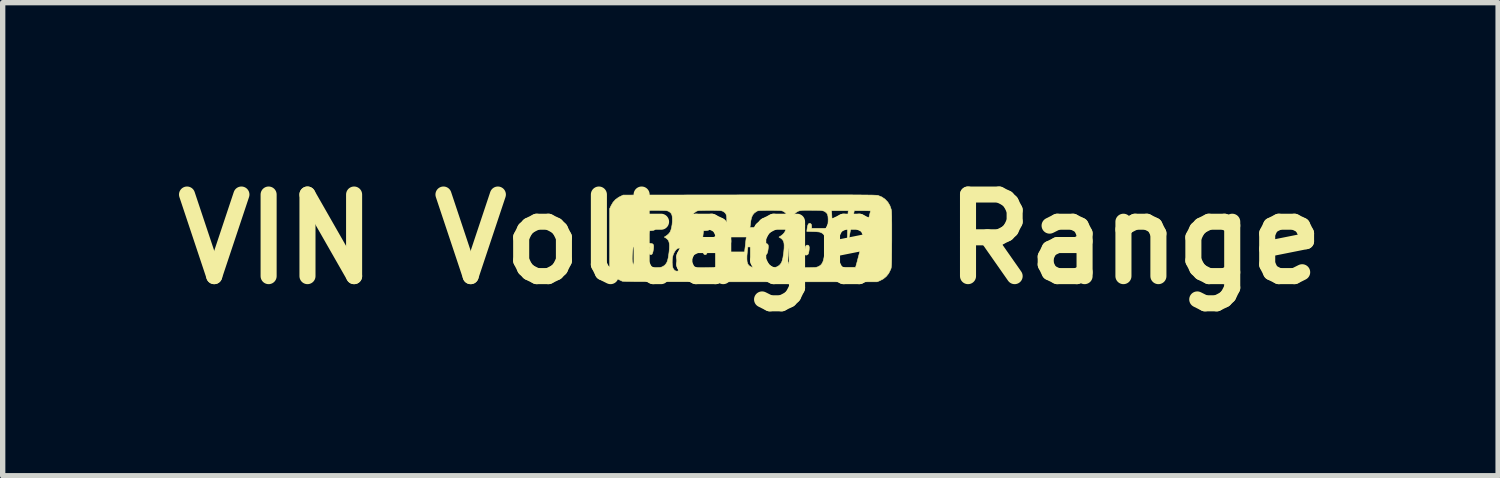
<source format=kicad_pcb>
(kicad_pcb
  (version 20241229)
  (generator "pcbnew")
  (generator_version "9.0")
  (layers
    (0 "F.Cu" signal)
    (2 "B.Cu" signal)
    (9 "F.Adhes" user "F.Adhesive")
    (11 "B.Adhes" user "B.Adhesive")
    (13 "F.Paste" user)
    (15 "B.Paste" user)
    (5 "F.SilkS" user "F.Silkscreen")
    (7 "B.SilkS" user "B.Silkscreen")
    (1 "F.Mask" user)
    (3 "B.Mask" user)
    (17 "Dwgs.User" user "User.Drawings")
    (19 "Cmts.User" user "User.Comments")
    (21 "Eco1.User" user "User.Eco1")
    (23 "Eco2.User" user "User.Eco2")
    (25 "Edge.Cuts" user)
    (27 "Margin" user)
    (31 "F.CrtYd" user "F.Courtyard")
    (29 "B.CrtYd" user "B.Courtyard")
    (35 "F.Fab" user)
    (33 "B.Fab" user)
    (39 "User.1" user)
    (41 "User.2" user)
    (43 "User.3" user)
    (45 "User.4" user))
  (footprint "VIN Voltage Range"
    (layer "F.Cu")
    (at 10.966 1.418)
    (property "Reference" "VIN Voltage Range" (at 0 0 0) (layer "F.SilkS") (effects (font (size 1.524 1.524) (thickness 0.3))))
    (attr through_hole)
    (fp_poly (pts (xy 1.081 0.113) (xy 1.093 0.125) (xy 1.099 0.148) (xy 1.098 0.184) (xy 1.097 0.197) (xy 1.092 0.23) (xy 1.086 0.259) (xy 1.079 0.277) (xy 1.079 0.277) (xy 1.063 0.291) (xy 1.042 0.297) (xy 1.024 0.293) (xy 1.022 0.291) (xy 1.018 0.278) (xy 1.016 0.253) (xy 1.016 0.222) (xy 1.019 0.19) (xy 1.023 0.16) (xy 1.028 0.14) (xy 1.028 0.139) (xy 1.04 0.118) (xy 1.056 0.11) (xy 1.061 0.11) (xy 1.081 0.113)) (stroke (width 0.01) (type solid)) (fill yes) (layer "F.SilkS"))
    (fp_poly (pts (xy 1.326 -0.828) (xy 1.462 -0.828) (xy 1.586 -0.828) (xy 1.698 -0.828) (xy 1.799 -0.828) (xy 1.889 -0.828) (xy 1.97 -0.827) (xy 2.041 -0.827) (xy 2.104 -0.826) (xy 2.159 -0.826) (xy 2.206 -0.825) (xy 2.246 -0.825) (xy 2.28 -0.824) (xy 2.308 -0.823) (xy 2.33 -0.822) (xy 2.349 -0.821) (xy 2.363 -0.82) (xy 2.374 -0.819) (xy 2.382 -0.818) (xy 2.387 -0.816) (xy 2.456 -0.788) (xy 2.516 -0.746) (xy 2.566 -0.693) (xy 2.604 -0.63) (xy 2.629 -0.559) (xy 2.634 -0.531) (xy 2.636 -0.511) (xy 2.637 -0.475) (xy 2.639 -0.424) (xy 2.639 -0.36) (xy 2.64 -0.284) (xy 2.64 -0.197) (xy 2.64 -0.099) (xy 2.64 0.006) (xy 2.64 0.022) (xy 2.639 0.126) (xy 2.639 0.215) (xy 2.638 0.29) (xy 2.638 0.352) (xy 2.637 0.402) (xy 2.636 0.443) (xy 2.635 0.475) (xy 2.633 0.5) (xy 2.631 0.519) (xy 2.629 0.534) (xy 2.626 0.545) (xy 2.623 0.555) (xy 2.619 0.565) (xy 2.618 0.567) (xy 2.582 0.639) (xy 2.535 0.697) (xy 2.478 0.743) (xy 2.414 0.776) (xy 2.366 0.795) (xy 0.004 0.795) (xy -0.239 0.795) (xy -0.466 0.795) (xy -0.678 0.795) (xy -0.874 0.795) (xy -1.055 0.795) (xy -1.222 0.794) (xy -1.375 0.794) (xy -1.515 0.794) (xy -1.642 0.794) (xy -1.757 0.793) (xy -1.861 0.793) (xy -1.953 0.792) (xy -2.035 0.792) (xy -2.107 0.791) (xy -2.17 0.791) (xy -2.223 0.79) (xy -2.269 0.789) (xy -2.306 0.789) (xy -2.336 0.788) (xy -2.359 0.787) (xy -2.376 0.786) (xy -2.388 0.785) (xy -2.394 0.784) (xy -2.457 0.755) (xy -2.515 0.713) (xy -2.566 0.658) (xy -2.605 0.594) (xy -2.605 0.594) (xy -2.629 0.546) (xy -2.629 0.371) (xy -2.208 0.371) (xy -2.204 0.419) (xy -2.193 0.457) (xy -2.176 0.485) (xy -2.151 0.505) (xy -2.119 0.52) (xy -2.108 0.524) (xy -2.09 0.526) (xy -2.057 0.529) (xy -2.012 0.53) (xy -1.956 0.531) (xy -1.891 0.531) (xy -1.875 0.531) (xy -1.811 0.53) (xy -1.761 0.529) (xy -1.724 0.528) (xy -1.696 0.527) (xy -1.676 0.524) (xy -1.661 0.521) (xy -1.649 0.516) (xy -1.637 0.51) (xy -1.606 0.491) (xy -1.582 0.466) (xy -1.563 0.437) (xy -1.461 0.437) (xy -1.458 0.485) (xy -1.451 0.525) (xy -1.443 0.546) (xy -1.419 0.579) (xy -1.392 0.595) (xy -1.362 0.596) (xy -1.33 0.579) (xy -1.32 0.571) (xy -1.294 0.537) (xy -1.271 0.491) (xy -1.254 0.438) (xy -1.242 0.383) (xy -1.241 0.371) (xy -1.192 0.371) (xy -1.188 0.419) (xy -1.177 0.457) (xy -1.16 0.485) (xy -1.135 0.505) (xy -1.103 0.52) (xy -1.092 0.524) (xy -1.074 0.526) (xy -1.041 0.529) (xy -0.996 0.53) (xy -0.94 0.531) (xy -0.875 0.531) (xy -0.859 0.531) (xy -0.795 0.53) (xy -0.745 0.529) (xy -0.708 0.528) (xy -0.68 0.527) (xy -0.66 0.524) (xy -0.645 0.521) (xy -0.633 0.516) (xy -0.621 0.51) (xy -0.59 0.491) (xy -0.566 0.466) (xy -0.546 0.436) (xy -0.531 0.396) (xy -0.525 0.371) (xy -0.066 0.371) (xy -0.062 0.419) (xy -0.051 0.457) (xy -0.034 0.485) (xy -0.009 0.505) (xy 0.023 0.52) (xy 0.034 0.524) (xy 0.052 0.526) (xy 0.085 0.529) (xy 0.131 0.53) (xy 0.186 0.531) (xy 0.251 0.531) (xy 0.267 0.531) (xy 0.331 0.53) (xy 0.381 0.529) (xy 0.418 0.528) (xy 0.446 0.527) (xy 0.466 0.524) (xy 0.481 0.521) (xy 0.494 0.516) (xy 0.505 0.51) (xy 0.536 0.491) (xy 0.56 0.466) (xy 0.58 0.436) (xy 0.591 0.407) (xy 0.701 0.407) (xy 0.702 0.416) (xy 0.72 0.463) (xy 0.749 0.498) (xy 0.789 0.52) (xy 0.807 0.525) (xy 0.823 0.527) (xy 0.853 0.529) (xy 0.895 0.53) (xy 0.945 0.531) (xy 1.001 0.531) (xy 1.033 0.531) (xy 1.096 0.53) (xy 1.145 0.529) (xy 1.182 0.528) (xy 1.21 0.527) (xy 1.23 0.524) (xy 1.246 0.52) (xy 1.259 0.515) (xy 1.273 0.509) (xy 1.273 0.509) (xy 1.3 0.493) (xy 1.323 0.473) (xy 1.341 0.446) (xy 1.357 0.412) (xy 1.369 0.368) (xy 1.38 0.312) (xy 1.389 0.241) (xy 1.393 0.208) (xy 1.401 0.127) (xy 1.404 0.06) (xy 1.402 0.006) (xy 1.394 -0.037) (xy 1.381 -0.07) (xy 1.361 -0.096) (xy 1.335 -0.116) (xy 1.326 -0.12) (xy 1.309 -0.128) (xy 1.291 -0.134) (xy 1.266 -0.137) (xy 1.233 -0.14) (xy 1.188 -0.142) (xy 1.172 -0.142) (xy 1.053 -0.146) (xy 1.059 -0.196) (xy 1.067 -0.244) (xy 1.078 -0.276) (xy 1.092 -0.293) (xy 1.104 -0.296) (xy 1.126 -0.291) (xy 1.139 -0.273) (xy 1.143 -0.242) (xy 1.143 -0.24) (xy 1.143 -0.203) (xy 1.438 -0.203) (xy 1.445 -0.252) (xy 1.448 -0.285) (xy 1.451 -0.326) (xy 1.452 -0.368) (xy 1.452 -0.373) (xy 1.449 -0.423) (xy 1.441 -0.461) (xy 1.424 -0.489) (xy 1.398 -0.511) (xy 1.384 -0.519) (xy 1.372 -0.525) (xy 1.359 -0.53) (xy 1.342 -0.533) (xy 1.342 -0.533) (xy 1.514 -0.533) (xy 1.519 -0.472) (xy 1.52 -0.451) (xy 1.522 -0.415) (xy 1.525 -0.366) (xy 1.528 -0.307) (xy 1.531 -0.238) (xy 1.534 -0.162) (xy 1.538 -0.081) (xy 1.541 -0.004) (xy 1.545 0.08) (xy 1.548 0.16) (xy 1.551 0.235) (xy 1.555 0.303) (xy 1.557 0.362) (xy 1.56 0.41) (xy 1.562 0.445) (xy 1.563 0.464) (xy 1.568 0.525) (xy 1.963 0.525) (xy 1.972 0.497) (xy 1.975 0.484) (xy 1.983 0.457) (xy 1.994 0.417) (xy 2.007 0.366) (xy 2.023 0.306) (xy 2.041 0.239) (xy 2.061 0.166) (xy 2.081 0.089) (xy 2.102 0.01) (xy 2.123 -0.069) (xy 2.144 -0.147) (xy 2.164 -0.223) (xy 2.183 -0.294) (xy 2.2 -0.359) (xy 2.215 -0.415) (xy 2.227 -0.462) (xy 2.236 -0.498) (xy 2.242 -0.52) (xy 2.244 -0.528) (xy 2.236 -0.53) (xy 2.213 -0.531) (xy 2.18 -0.532) (xy 2.137 -0.533) (xy 2.092 -0.533) (xy 1.94 -0.533) (xy 1.931 -0.489) (xy 1.927 -0.47) (xy 1.921 -0.437) (xy 1.912 -0.392) (xy 1.902 -0.337) (xy 1.89 -0.274) (xy 1.877 -0.207) (xy 1.867 -0.158) (xy 1.854 -0.09) (xy 1.842 -0.028) (xy 1.831 0.027) (xy 1.821 0.072) (xy 1.814 0.107) (xy 1.809 0.128) (xy 1.807 0.134) (xy 1.805 0.129) (xy 1.804 0.11) (xy 1.805 0.08) (xy 1.806 0.055) (xy 1.808 0.023) (xy 1.81 -0.022) (xy 1.812 -0.078) (xy 1.813 -0.14) (xy 1.815 -0.206) (xy 1.816 -0.262) (xy 1.818 -0.324) (xy 1.819 -0.382) (xy 1.821 -0.432) (xy 1.823 -0.472) (xy 1.824 -0.5) (xy 1.825 -0.514) (xy 1.825 -0.514) (xy 1.829 -0.533) (xy 1.514 -0.533) (xy 1.342 -0.533) (xy 1.32 -0.536) (xy 1.289 -0.538) (xy 1.247 -0.539) (xy 1.192 -0.54) (xy 1.162 -0.54) (xy 1.086 -0.541) (xy 1.025 -0.541) (xy 0.977 -0.539) (xy 0.939 -0.535) (xy 0.909 -0.529) (xy 0.885 -0.52) (xy 0.865 -0.508) (xy 0.846 -0.493) (xy 0.842 -0.49) (xy 0.809 -0.451) (xy 0.792 -0.416) (xy 0.788 -0.397) (xy 0.782 -0.363) (xy 0.775 -0.317) (xy 0.768 -0.261) (xy 0.759 -0.198) (xy 0.751 -0.128) (xy 0.743 -0.055) (xy 0.735 0.019) (xy 0.727 0.093) (xy 0.72 0.165) (xy 0.713 0.231) (xy 0.708 0.291) (xy 0.704 0.341) (xy 0.702 0.38) (xy 0.701 0.407) (xy 0.591 0.407) (xy 0.595 0.396) (xy 0.607 0.345) (xy 0.617 0.28) (xy 0.623 0.236) (xy 0.629 0.166) (xy 0.63 0.111) (xy 0.626 0.068) (xy 0.615 0.034) (xy 0.599 0.008) (xy 0.576 -0.013) (xy 0.563 -0.022) (xy 0.533 -0.04) (xy 0.576 -0.067) (xy 0.609 -0.094) (xy 0.635 -0.125) (xy 0.64 -0.132) (xy 0.656 -0.169) (xy 0.669 -0.218) (xy 0.679 -0.274) (xy 0.684 -0.333) (xy 0.684 -0.387) (xy 0.68 -0.434) (xy 0.671 -0.468) (xy 0.653 -0.493) (xy 0.627 -0.513) (xy 0.613 -0.521) (xy 0.602 -0.526) (xy 0.589 -0.53) (xy 0.573 -0.533) (xy 0.552 -0.535) (xy 0.522 -0.536) (xy 0.482 -0.537) (xy 0.43 -0.538) (xy 0.364 -0.538) (xy 0.297 -0.538) (xy 0.245 -0.537) (xy 0.205 -0.536) (xy 0.175 -0.535) (xy 0.154 -0.533) (xy 0.138 -0.53) (xy 0.126 -0.526) (xy 0.119 -0.522) (xy 0.075 -0.492) (xy 0.043 -0.454) (xy 0.021 -0.405) (xy 0.007 -0.343) (xy 0.005 -0.322) (xy 0.001 -0.289) (xy -0.003 -0.26) (xy -0.005 -0.243) (xy -0.01 -0.22) (xy 0.296 -0.22) (xy 0.296 -0.244) (xy 0.302 -0.271) (xy 0.315 -0.291) (xy 0.332 -0.303) (xy 0.351 -0.303) (xy 0.367 -0.291) (xy 0.371 -0.283) (xy 0.377 -0.255) (xy 0.374 -0.221) (xy 0.364 -0.191) (xy 0.359 -0.182) (xy 0.344 -0.17) (xy 0.319 -0.163) (xy 0.298 -0.161) (xy 0.25 -0.157) (xy 0.24 -0.072) (xy 0.236 -0.032) (xy 0.232 0.005) (xy 0.23 0.034) (xy 0.229 0.044) (xy 0.229 0.075) (xy 0.273 0.078) (xy 0.303 0.082) (xy 0.322 0.092) (xy 0.332 0.111) (xy 0.335 0.141) (xy 0.331 0.184) (xy 0.33 0.188) (xy 0.323 0.233) (xy 0.313 0.263) (xy 0.302 0.281) (xy 0.287 0.288) (xy 0.283 0.288) (xy 0.264 0.284) (xy 0.252 0.271) (xy 0.247 0.247) (xy 0.249 0.208) (xy 0.249 0.203) (xy 0.255 0.144) (xy -0.048 0.144) (xy -0.058 0.235) (xy -0.065 0.31) (xy -0.066 0.371) (xy -0.525 0.371) (xy -0.519 0.345) (xy -0.509 0.28) (xy -0.504 0.237) (xy -0.433 0.237) (xy -0.111 0.237) (xy -0.106 0.21) (xy -0.104 0.189) (xy -0.1 0.157) (xy -0.095 0.119) (xy -0.093 0.097) (xy -0.089 0.058) (xy -0.085 0.022) (xy -0.081 -0.005) (xy -0.08 -0.015) (xy -0.075 -0.042) (xy -0.397 -0.042) (xy -0.402 -0.015) (xy -0.404 0.006) (xy -0.408 0.037) (xy -0.413 0.076) (xy -0.415 0.097) (xy -0.419 0.137) (xy -0.423 0.173) (xy -0.427 0.2) (xy -0.428 0.21) (xy -0.433 0.237) (xy -0.504 0.237) (xy -0.503 0.236) (xy -0.497 0.166) (xy -0.496 0.111) (xy -0.501 0.068) (xy -0.511 0.034) (xy -0.527 0.008) (xy -0.55 -0.013) (xy -0.563 -0.022) (xy -0.593 -0.04) (xy -0.55 -0.067) (xy -0.517 -0.094) (xy -0.491 -0.125) (xy -0.486 -0.132) (xy -0.47 -0.169) (xy -0.457 -0.218) (xy -0.447 -0.274) (xy -0.442 -0.333) (xy -0.442 -0.387) (xy -0.446 -0.434) (xy -0.456 -0.468) (xy -0.473 -0.493) (xy -0.499 -0.513) (xy -0.513 -0.521) (xy -0.524 -0.526) (xy -0.537 -0.53) (xy -0.553 -0.533) (xy -0.574 -0.535) (xy -0.604 -0.536) (xy -0.644 -0.537) (xy -0.696 -0.538) (xy -0.762 -0.538) (xy -0.829 -0.538) (xy -0.881 -0.537) (xy -0.921 -0.536) (xy -0.951 -0.535) (xy -0.972 -0.533) (xy -0.988 -0.53) (xy -1 -0.526) (xy -1.008 -0.522) (xy -1.051 -0.492) (xy -1.083 -0.454) (xy -1.105 -0.405) (xy -1.119 -0.343) (xy -1.121 -0.322) (xy -1.125 -0.289) (xy -1.129 -0.26) (xy -1.131 -0.243) (xy -1.136 -0.22) (xy -0.83 -0.22) (xy -0.83 -0.244) (xy -0.825 -0.271) (xy -0.811 -0.291) (xy -0.794 -0.303) (xy -0.775 -0.303) (xy -0.759 -0.291) (xy -0.755 -0.283) (xy -0.749 -0.255) (xy -0.752 -0.221) (xy -0.762 -0.191) (xy -0.767 -0.182) (xy -0.782 -0.17) (xy -0.807 -0.163) (xy -0.828 -0.161) (xy -0.876 -0.157) (xy -0.886 -0.072) (xy -0.89 -0.032) (xy -0.894 0.005) (xy -0.896 0.034) (xy -0.897 0.044) (xy -0.897 0.075) (xy -0.853 0.078) (xy -0.823 0.082) (xy -0.804 0.092) (xy -0.794 0.111) (xy -0.791 0.141) (xy -0.795 0.184) (xy -0.796 0.188) (xy -0.804 0.233) (xy -0.813 0.263) (xy -0.824 0.281) (xy -0.839 0.288) (xy -0.843 0.288) (xy -0.862 0.284) (xy -0.874 0.271) (xy -0.879 0.247) (xy -0.877 0.208) (xy -0.877 0.203) (xy -0.871 0.144) (xy -1.174 0.144) (xy -1.184 0.235) (xy -1.191 0.31) (xy -1.192 0.371) (xy -1.241 0.371) (xy -1.238 0.329) (xy -1.24 0.301) (xy -1.249 0.257) (xy -1.265 0.218) (xy -1.286 0.187) (xy -1.305 0.17) (xy -1.332 0.164) (xy -1.361 0.173) (xy -1.389 0.196) (xy -1.415 0.231) (xy -1.438 0.277) (xy -1.445 0.297) (xy -1.455 0.338) (xy -1.46 0.386) (xy -1.461 0.437) (xy -1.563 0.437) (xy -1.562 0.436) (xy -1.547 0.396) (xy -1.535 0.345) (xy -1.525 0.28) (xy -1.519 0.236) (xy -1.513 0.166) (xy -1.512 0.111) (xy -1.517 0.068) (xy -1.527 0.034) (xy -1.543 0.008) (xy -1.566 -0.013) (xy -1.579 -0.022) (xy -1.609 -0.04) (xy -1.566 -0.067) (xy -1.533 -0.094) (xy -1.507 -0.125) (xy -1.502 -0.132) (xy -1.486 -0.169) (xy -1.473 -0.218) (xy -1.463 -0.274) (xy -1.458 -0.333) (xy -1.458 -0.387) (xy -1.462 -0.434) (xy -1.472 -0.468) (xy -1.489 -0.493) (xy -1.515 -0.513) (xy -1.529 -0.521) (xy -1.54 -0.526) (xy -1.553 -0.53) (xy -1.569 -0.533) (xy -1.59 -0.535) (xy -1.62 -0.536) (xy -1.66 -0.537) (xy -1.712 -0.538) (xy -1.778 -0.538) (xy -1.845 -0.538) (xy -1.897 -0.537) (xy -1.937 -0.536) (xy -1.967 -0.535) (xy -1.988 -0.533) (xy -2.004 -0.53) (xy -2.016 -0.526) (xy -2.024 -0.522) (xy -2.067 -0.492) (xy -2.099 -0.454) (xy -2.121 -0.405) (xy -2.135 -0.343) (xy -2.137 -0.322) (xy -2.141 -0.289) (xy -2.145 -0.26) (xy -2.147 -0.243) (xy -2.152 -0.22) (xy -1.846 -0.22) (xy -1.846 -0.244) (xy -1.841 -0.271) (xy -1.827 -0.291) (xy -1.81 -0.303) (xy -1.791 -0.303) (xy -1.775 -0.291) (xy -1.771 -0.283) (xy -1.765 -0.255) (xy -1.768 -0.221) (xy -1.778 -0.191) (xy -1.783 -0.182) (xy -1.798 -0.17) (xy -1.823 -0.163) (xy -1.844 -0.161) (xy -1.892 -0.157) (xy -1.902 -0.072) (xy -1.906 -0.032) (xy -1.91 0.005) (xy -1.912 0.034) (xy -1.913 0.044) (xy -1.913 0.075) (xy -1.869 0.078) (xy -1.839 0.082) (xy -1.82 0.092) (xy -1.81 0.111) (xy -1.807 0.141) (xy -1.811 0.184) (xy -1.812 0.188) (xy -1.82 0.233) (xy -1.829 0.263) (xy -1.84 0.281) (xy -1.855 0.288) (xy -1.859 0.288) (xy -1.878 0.284) (xy -1.89 0.271) (xy -1.895 0.247) (xy -1.893 0.208) (xy -1.893 0.203) (xy -1.887 0.144) (xy -2.19 0.144) (xy -2.2 0.235) (xy -2.207 0.31) (xy -2.208 0.371) (xy -2.629 0.371) (xy -2.629 -0.571) (xy -2.602 -0.628) (xy -2.565 -0.691) (xy -2.52 -0.741) (xy -2.463 -0.782) (xy -2.44 -0.794) (xy -2.376 -0.825) (xy -0.018 -0.828) (xy 0.22 -0.828) (xy 0.442 -0.828) (xy 0.648 -0.828) (xy 0.839 -0.828) (xy 1.015 -0.828) (xy 1.177 -0.828) (xy 1.326 -0.828)) (stroke (width 0.01) (type solid)) (fill yes) (layer "F.SilkS")))
  (gr_rect
    (start -3 -3)
    (end 24.931 5.836)
    (stroke (width 0.1) (type default))
    (fill no)
    (layer "Edge.Cuts")))
</source>
